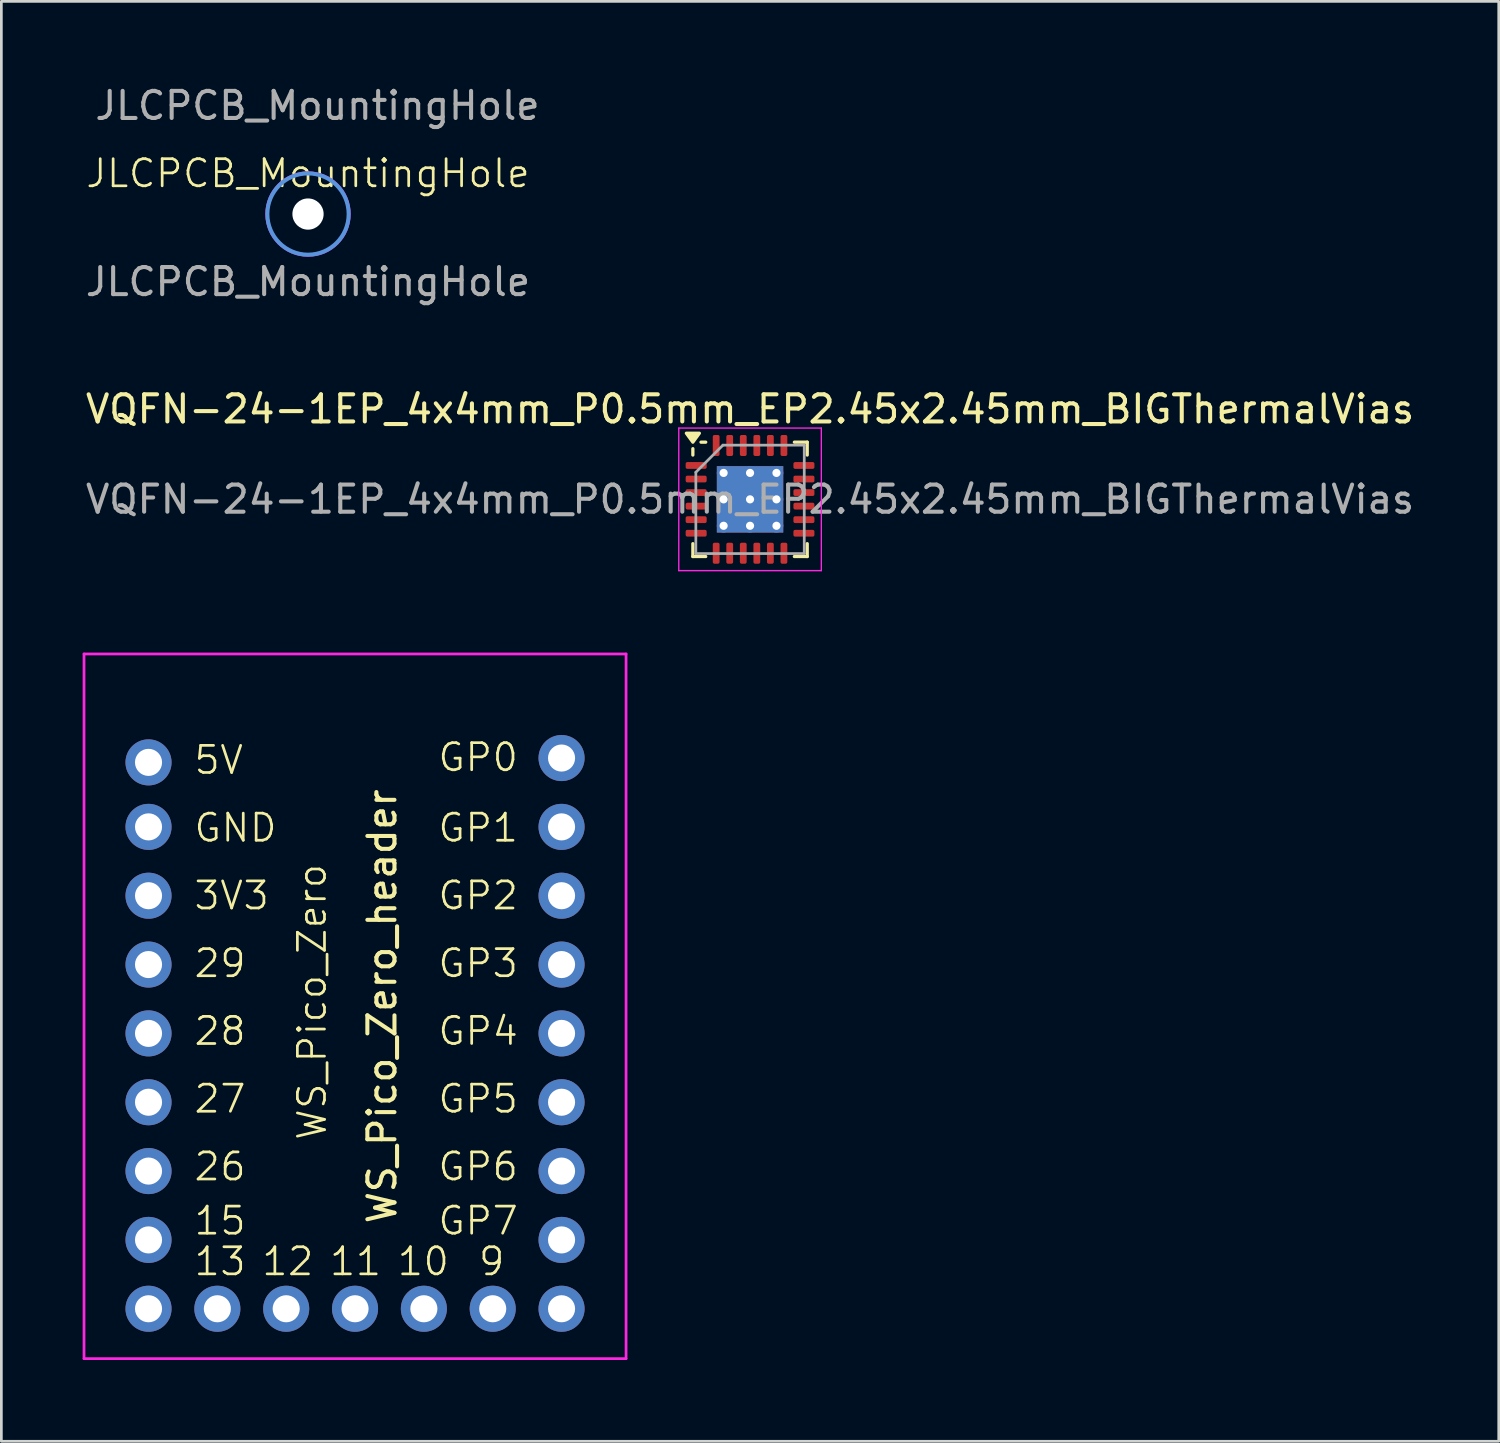
<source format=kicad_pcb>
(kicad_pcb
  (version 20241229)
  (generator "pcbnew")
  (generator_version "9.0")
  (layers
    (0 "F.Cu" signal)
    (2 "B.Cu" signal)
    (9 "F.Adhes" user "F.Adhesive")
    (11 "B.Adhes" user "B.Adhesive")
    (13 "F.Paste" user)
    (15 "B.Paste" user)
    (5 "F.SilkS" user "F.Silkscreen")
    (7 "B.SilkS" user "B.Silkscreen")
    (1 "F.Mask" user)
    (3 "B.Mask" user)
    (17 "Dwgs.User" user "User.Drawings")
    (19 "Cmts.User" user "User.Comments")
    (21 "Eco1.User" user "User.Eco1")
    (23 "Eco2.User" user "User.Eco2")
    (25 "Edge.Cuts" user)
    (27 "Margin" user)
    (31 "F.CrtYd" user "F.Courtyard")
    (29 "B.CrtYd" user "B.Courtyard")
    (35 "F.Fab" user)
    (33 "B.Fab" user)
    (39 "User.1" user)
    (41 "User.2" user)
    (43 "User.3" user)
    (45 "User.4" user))
  (footprint "VQFN-24-1EP_4x4mm_P0.5mm_EP2.45x2.45mm_BIGThermalVias"
    (layer "F.Cu")
    (at 24.625 15.375)
    (property "Reference" "VQFN-24-1EP_4x4mm_P0.5mm_EP2.45x2.45mm_BIGThermalVias" (at 0 -3.33 0) (layer "F.SilkS") (effects (font (size 1 1) (thickness 0.15))))
    (attr smd)
    (fp_line (start -2.11 -1.635) (end -2.11 -1.87) (stroke (width 0.12) (type solid)) (layer "F.SilkS"))
    (fp_line (start -2.11 2.11) (end -2.11 1.635) (stroke (width 0.12) (type solid)) (layer "F.SilkS"))
    (fp_line (start -1.635 -2.11) (end -1.81 -2.11) (stroke (width 0.12) (type solid)) (layer "F.SilkS"))
    (fp_line (start -1.635 2.11) (end -2.11 2.11) (stroke (width 0.12) (type solid)) (layer "F.SilkS"))
    (fp_line (start 1.635 -2.11) (end 2.11 -2.11) (stroke (width 0.12) (type solid)) (layer "F.SilkS"))
    (fp_line (start 1.635 2.11) (end 2.11 2.11) (stroke (width 0.12) (type solid)) (layer "F.SilkS"))
    (fp_line (start 2.11 -2.11) (end 2.11 -1.635) (stroke (width 0.12) (type solid)) (layer "F.SilkS"))
    (fp_line (start 2.11 2.11) (end 2.11 1.635) (stroke (width 0.12) (type solid)) (layer "F.SilkS"))
    (fp_poly (pts (xy -2.11 -2.11) (xy -2.35 -2.44) (xy -1.87 -2.44) (xy -2.11 -2.11)) (stroke (width 0.12) (type solid)) (fill yes) (layer "F.SilkS"))
    (fp_line (start -2.63 -2.63) (end -2.63 2.63) (stroke (width 0.05) (type solid)) (layer "F.CrtYd"))
    (fp_line (start -2.63 2.63) (end 2.63 2.63) (stroke (width 0.05) (type solid)) (layer "F.CrtYd"))
    (fp_line (start 2.63 -2.63) (end -2.63 -2.63) (stroke (width 0.05) (type solid)) (layer "F.CrtYd"))
    (fp_line (start 2.63 2.63) (end 2.63 -2.63) (stroke (width 0.05) (type solid)) (layer "F.CrtYd"))
    (fp_line (start -2 -1) (end -1 -2) (stroke (width 0.1) (type solid)) (layer "F.Fab"))
    (fp_line (start -2 2) (end -2 -1) (stroke (width 0.1) (type solid)) (layer "F.Fab"))
    (fp_line (start -1 -2) (end 2 -2) (stroke (width 0.1) (type solid)) (layer "F.Fab"))
    (fp_line (start 2 -2) (end 2 2) (stroke (width 0.1) (type solid)) (layer "F.Fab"))
    (fp_line (start 2 2) (end -2 2) (stroke (width 0.1) (type solid)) (layer "F.Fab"))
    (fp_text user "${REFERENCE}" (at 0 0 0) (layer "F.Fab") (effects (font (size 1 1) (thickness 0.15))))
    (pad "" smd custom (at -0.56 -0.56) (size 0.756 0.756) (layers "F.Paste") (options (anchor circle)) (primitives (gr_poly (pts (xy -0.301 -0.175) (xy -0.175 -0.301) (xy 0.175 -0.301) (xy 0.301 -0.175) (xy 0.301 0.175) (xy 0.175 0.301) (xy -0.175 0.301) (xy -0.301 0.175)) (width 0.306) (fill yes))))
    (pad "" smd custom (at -0.56 0.56) (size 0.756 0.756) (layers "F.Paste") (options (anchor circle)) (primitives (gr_poly (pts (xy -0.301 -0.175) (xy -0.175 -0.301) (xy 0.175 -0.301) (xy 0.301 -0.175) (xy 0.301 0.175) (xy 0.175 0.301) (xy -0.175 0.301) (xy -0.301 0.175)) (width 0.306) (fill yes))))
    (pad "" smd custom (at 0.56 -0.56) (size 0.756 0.756) (layers "F.Paste") (options (anchor circle)) (primitives (gr_poly (pts (xy -0.301 -0.175) (xy -0.175 -0.301) (xy 0.175 -0.301) (xy 0.301 -0.175) (xy 0.301 0.175) (xy 0.175 0.301) (xy -0.175 0.301) (xy -0.301 0.175)) (width 0.306) (fill yes))))
    (pad "" smd custom (at 0.56 0.56) (size 0.756 0.756) (layers "F.Paste") (options (anchor circle)) (primitives (gr_poly (pts (xy -0.301 -0.175) (xy -0.175 -0.301) (xy 0.175 -0.301) (xy 0.301 -0.175) (xy 0.301 0.175) (xy 0.175 0.301) (xy -0.175 0.301) (xy -0.301 0.175)) (width 0.306) (fill yes))))
    (pad "1" smd roundrect (at -1.988 -1.25) (size 0.775 0.25) (layers "F.Cu" "F.Mask" "F.Paste") (roundrect_rratio 0.25))
    (pad "2" smd roundrect (at -1.988 -0.75) (size 0.775 0.25) (layers "F.Cu" "F.Mask" "F.Paste") (roundrect_rratio 0.25))
    (pad "3" smd roundrect (at -1.988 -0.25) (size 0.775 0.25) (layers "F.Cu" "F.Mask" "F.Paste") (roundrect_rratio 0.25))
    (pad "4" smd roundrect (at -1.988 0.25) (size 0.775 0.25) (layers "F.Cu" "F.Mask" "F.Paste") (roundrect_rratio 0.25))
    (pad "5" smd roundrect (at -1.988 0.75) (size 0.775 0.25) (layers "F.Cu" "F.Mask" "F.Paste") (roundrect_rratio 0.25))
    (pad "6" smd roundrect (at -1.988 1.25) (size 0.775 0.25) (layers "F.Cu" "F.Mask" "F.Paste") (roundrect_rratio 0.25))
    (pad "7" smd roundrect (at -1.25 1.988) (size 0.25 0.775) (layers "F.Cu" "F.Mask" "F.Paste") (roundrect_rratio 0.25))
    (pad "8" smd roundrect (at -0.75 1.988) (size 0.25 0.775) (layers "F.Cu" "F.Mask" "F.Paste") (roundrect_rratio 0.25))
    (pad "9" smd roundrect (at -0.25 1.988) (size 0.25 0.775) (layers "F.Cu" "F.Mask" "F.Paste") (roundrect_rratio 0.25))
    (pad "10" smd roundrect (at 0.25 1.988) (size 0.25 0.775) (layers "F.Cu" "F.Mask" "F.Paste") (roundrect_rratio 0.25))
    (pad "11" smd roundrect (at 0.75 1.988) (size 0.25 0.775) (layers "F.Cu" "F.Mask" "F.Paste") (roundrect_rratio 0.25))
    (pad "12" smd roundrect (at 1.25 1.988) (size 0.25 0.775) (layers "F.Cu" "F.Mask" "F.Paste") (roundrect_rratio 0.25))
    (pad "13" smd roundrect (at 1.988 1.25) (size 0.775 0.25) (layers "F.Cu" "F.Mask" "F.Paste") (roundrect_rratio 0.25))
    (pad "14" smd roundrect (at 1.988 0.75) (size 0.775 0.25) (layers "F.Cu" "F.Mask" "F.Paste") (roundrect_rratio 0.25))
    (pad "15" smd roundrect (at 1.988 0.25) (size 0.775 0.25) (layers "F.Cu" "F.Mask" "F.Paste") (roundrect_rratio 0.25))
    (pad "16" smd roundrect (at 1.988 -0.25) (size 0.775 0.25) (layers "F.Cu" "F.Mask" "F.Paste") (roundrect_rratio 0.25))
    (pad "17" smd roundrect (at 1.988 -0.75) (size 0.775 0.25) (layers "F.Cu" "F.Mask" "F.Paste") (roundrect_rratio 0.25))
    (pad "18" smd roundrect (at 1.988 -1.25) (size 0.775 0.25) (layers "F.Cu" "F.Mask" "F.Paste") (roundrect_rratio 0.25))
    (pad "19" smd roundrect (at 1.25 -1.988) (size 0.25 0.775) (layers "F.Cu" "F.Mask" "F.Paste") (roundrect_rratio 0.25))
    (pad "20" smd roundrect (at 0.75 -1.988) (size 0.25 0.775) (layers "F.Cu" "F.Mask" "F.Paste") (roundrect_rratio 0.25))
    (pad "21" smd roundrect (at 0.25 -1.988) (size 0.25 0.775) (layers "F.Cu" "F.Mask" "F.Paste") (roundrect_rratio 0.25))
    (pad "22" smd roundrect (at -0.25 -1.988) (size 0.25 0.775) (layers "F.Cu" "F.Mask" "F.Paste") (roundrect_rratio 0.25))
    (pad "23" smd roundrect (at -0.75 -1.988) (size 0.25 0.775) (layers "F.Cu" "F.Mask" "F.Paste") (roundrect_rratio 0.25))
    (pad "24" smd roundrect (at -1.25 -1.988) (size 0.25 0.775) (layers "F.Cu" "F.Mask" "F.Paste") (roundrect_rratio 0.25))
    (pad "25" thru_hole circle (at -0.975 -0.975) (size 0.5 0.5) (drill 0.3) (property pad_prop_heatsink) (layers "*.Cu"))
    (pad "25" thru_hole circle (at -0.975 0) (size 0.5 0.5) (drill 0.3) (property pad_prop_heatsink) (layers "*.Cu"))
    (pad "25" thru_hole circle (at -0.975 0.975) (size 0.5 0.5) (drill 0.3) (property pad_prop_heatsink) (layers "*.Cu"))
    (pad "25" thru_hole circle (at 0 -0.975) (size 0.5 0.5) (drill 0.3) (property pad_prop_heatsink) (layers "*.Cu"))
    (pad "25" thru_hole circle (at 0 0) (size 0.5 0.5) (drill 0.3) (property pad_prop_heatsink) (layers "*.Cu"))
    (pad "25" smd rect (at 0 0) (size 2.45 2.45) (property pad_prop_heatsink) (layers "F.Cu" "F.Mask"))
    (pad "25" smd rect (at 0 0) (size 2.45 2.45) (property pad_prop_heatsink) (layers "B.Cu"))
    (pad "25" thru_hole circle (at 0 0.975) (size 0.5 0.5) (drill 0.3) (property pad_prop_heatsink) (layers "*.Cu"))
    (pad "25" thru_hole circle (at 0.975 -0.975) (size 0.5 0.5) (drill 0.3) (property pad_prop_heatsink) (layers "*.Cu"))
    (pad "25" thru_hole circle (at 0.975 0) (size 0.5 0.5) (drill 0.3) (property pad_prop_heatsink) (layers "*.Cu"))
    (pad "25" thru_hole circle (at 0.975 0.975) (size 0.5 0.5) (drill 0.3) (property pad_prop_heatsink) (layers "*.Cu")))
  (footprint "JLCPCB_MountingHole"
    (layer "F.Cu")
    (at 8.315 4.848)
    (property "Reference" "JLCPCB_MountingHole" (at 0 -1.5 0) (unlocked yes) (layer "F.SilkS") (effects (font (size 1 1) (thickness 0.1))))
    (attr through_hole)
    (fp_circle (center 0 0) (end 1.5 0) (stroke (width 0.15) (type solid)) (fill no) (layer "Cmts.User"))
    (fp_circle (center 0 0) (end 1.55 0) (stroke (width 0.05) (type solid)) (fill no) (layer "F.CrtYd"))
    (fp_text user "${REFERENCE}" (at 0.35 -4 0) (layer "F.Fab") (effects (font (size 1 1) (thickness 0.15))))
    (fp_text user "${REFERENCE}" (at 0 2.5 0) (unlocked yes) (layer "F.Fab") (effects (font (size 1 1) (thickness 0.15))))
    (pad "" np_thru_hole circle (at 0 0) (size 1.152 1.152) (drill 1.152) (layers "*.Cu" "*.Mask")))
  (footprint "WS_Pico_Zero_header"
    (layer "F.Cu")
    (at 10.05 35.08)
    (property "Reference" "WS_Pico_Zero_header" (at 1 -1 90) (layer "F.SilkS") (effects (font (size 1 1) (thickness 0.15))))
    (attr smd)
    (fp_line (start -10 -14) (end 10 -14) (stroke (width 0.1) (type default)) (layer "F.CrtYd"))
    (fp_line (start -10 12) (end -10 -14) (stroke (width 0.1) (type default)) (layer "F.CrtYd"))
    (fp_line (start 10 -14) (end 10 12) (stroke (width 0.1) (type default)) (layer "F.CrtYd"))
    (fp_line (start 10 12) (end -10 12) (stroke (width 0.1) (type default)) (layer "F.CrtYd"))
    (fp_text user "GP2" (at 3 -4.5 0) (unlocked yes) (layer "F.SilkS") (effects (font (size 1 1) (thickness 0.1)) (justify left bottom)))
    (fp_text user "GND" (at -6 -7 0) (unlocked yes) (layer "F.SilkS") (effects (font (size 1 1) (thickness 0.1)) (justify left bottom)))
    (fp_text user "GP4" (at 3 0.5 0) (unlocked yes) (layer "F.SilkS") (effects (font (size 1 1) (thickness 0.1)) (justify left bottom)))
    (fp_text user "GP5" (at 3 3 0) (unlocked yes) (layer "F.SilkS") (effects (font (size 1 1) (thickness 0.1)) (justify left bottom)))
    (fp_text user "WS_Pico_Zero" (at -1 4 90) (unlocked yes) (layer "F.SilkS") (effects (font (size 1 1) (thickness 0.1)) (justify left bottom)))
    (fp_text user "GP6" (at 3 5.5 0) (unlocked yes) (layer "F.SilkS") (effects (font (size 1 1) (thickness 0.1)) (justify left bottom)))
    (fp_text user "9" (at 4.5 9 0) (unlocked yes) (layer "F.SilkS") (effects (font (size 1 1) (thickness 0.1)) (justify left bottom)))
    (fp_text user "27" (at -6 3 0) (unlocked yes) (layer "F.SilkS") (effects (font (size 1 1) (thickness 0.1)) (justify left bottom)))
    (fp_text user "11" (at -1 9 0) (unlocked yes) (layer "F.SilkS") (effects (font (size 1 1) (thickness 0.1)) (justify left bottom)))
    (fp_text user "GP7" (at 3 7.5 0) (unlocked yes) (layer "F.SilkS") (effects (font (size 1 1) (thickness 0.1)) (justify left bottom)))
    (fp_text user "13" (at -6 9 0) (unlocked yes) (layer "F.SilkS") (effects (font (size 1 1) (thickness 0.1)) (justify left bottom)))
    (fp_text user "29" (at -6 -2 0) (unlocked yes) (layer "F.SilkS") (effects (font (size 1 1) (thickness 0.1)) (justify left bottom)))
    (fp_text user "GP3" (at 3 -2 0) (unlocked yes) (layer "F.SilkS") (effects (font (size 1 1) (thickness 0.1)) (justify left bottom)))
    (fp_text user "26" (at -6 5.5 0) (unlocked yes) (layer "F.SilkS") (effects (font (size 1 1) (thickness 0.1)) (justify left bottom)))
    (fp_text user "GP0" (at 3 -9.6 0) (unlocked yes) (layer "F.SilkS") (effects (font (size 1 1) (thickness 0.1)) (justify left bottom)))
    (fp_text user "28" (at -6 0.5 0) (unlocked yes) (layer "F.SilkS") (effects (font (size 1 1) (thickness 0.1)) (justify left bottom)))
    (fp_text user "3V3" (at -6 -4.5 0) (unlocked yes) (layer "F.SilkS") (effects (font (size 1 1) (thickness 0.1)) (justify left bottom)))
    (fp_text user "10" (at 1.5 9 0) (unlocked yes) (layer "F.SilkS") (effects (font (size 1 1) (thickness 0.1)) (justify left bottom)))
    (fp_text user "GP1" (at 3 -7 0) (unlocked yes) (layer "F.SilkS") (effects (font (size 1 1) (thickness 0.1)) (justify left bottom)))
    (fp_text user "15" (at -6 7.5 0) (unlocked yes) (layer "F.SilkS") (effects (font (size 1 1) (thickness 0.1)) (justify left bottom)))
    (fp_text user "12" (at -3.5 9 0) (unlocked yes) (layer "F.SilkS") (effects (font (size 1 1) (thickness 0.1)) (justify left bottom)))
    (fp_text user "5V" (at -6 -9.5 0) (unlocked yes) (layer "F.SilkS") (effects (font (size 1 1) (thickness 0.1)) (justify left bottom)))
    (pad "0" thru_hole circle (at 7.62 -10.16) (size 1.7 1.7) (drill 1) (layers "*.Cu" "*.Mask"))
    (pad "1" thru_hole circle (at 7.62 -7.62) (size 1.7 1.7) (drill 1) (layers "*.Cu" "*.Mask"))
    (pad "2" thru_hole circle (at 7.62 -5.08) (size 1.7 1.7) (drill 1) (layers "*.Cu" "*.Mask"))
    (pad "3" thru_hole circle (at 7.62 -2.54) (size 1.7 1.7) (drill 1) (layers "*.Cu" "*.Mask"))
    (pad "4" thru_hole circle (at 7.62 0) (size 1.7 1.7) (drill 1) (layers "*.Cu" "*.Mask"))
    (pad "5" thru_hole circle (at 7.62 2.54) (size 1.7 1.7) (drill 1) (layers "*.Cu" "*.Mask"))
    (pad "6" thru_hole circle (at 7.62 5.08) (size 1.7 1.7) (drill 1) (layers "*.Cu" "*.Mask"))
    (pad "7" thru_hole circle (at 7.62 7.62) (size 1.7 1.7) (drill 1) (layers "*.Cu" "*.Mask"))
    (pad "8" thru_hole circle (at 7.62 10.16) (size 1.7 1.7) (drill 1) (layers "*.Cu" "*.Mask"))
    (pad "9" thru_hole circle (at 5.08 10.16) (size 1.7 1.7) (drill 1) (layers "*.Cu" "*.Mask"))
    (pad "10" thru_hole circle (at 2.54 10.16) (size 1.7 1.7) (drill 1) (layers "*.Cu" "*.Mask"))
    (pad "11" thru_hole circle (at 0 10.16) (size 1.7 1.7) (drill 1) (layers "*.Cu" "*.Mask"))
    (pad "12" thru_hole circle (at -2.54 10.16) (size 1.7 1.7) (drill 1) (layers "*.Cu" "*.Mask"))
    (pad "13" thru_hole circle (at -5.08 10.16) (size 1.7 1.7) (drill 1) (layers "*.Cu" "*.Mask"))
    (pad "14" thru_hole circle (at -7.62 10.16) (size 1.7 1.7) (drill 1) (layers "*.Cu" "*.Mask"))
    (pad "15" thru_hole circle (at -7.62 7.62) (size 1.7 1.7) (drill 1) (layers "*.Cu" "*.Mask"))
    (pad "16" thru_hole circle (at -7.62 5.08) (size 1.7 1.7) (drill 1) (layers "*.Cu" "*.Mask"))
    (pad "17" thru_hole circle (at -7.62 2.54) (size 1.7 1.7) (drill 1) (layers "*.Cu" "*.Mask"))
    (pad "18" thru_hole circle (at -7.62 0) (size 1.7 1.7) (drill 1) (layers "*.Cu" "*.Mask"))
    (pad "19" thru_hole circle (at -7.62 -2.54) (size 1.7 1.7) (drill 1) (layers "*.Cu" "*.Mask"))
    (pad "20" thru_hole circle (at -7.62 -5.08) (size 1.7 1.7) (drill 1) (layers "*.Cu" "*.Mask"))
    (pad "21" thru_hole circle (at -7.62 -7.62) (size 1.7 1.7) (drill 1) (layers "*.Cu" "*.Mask"))
    (pad "22" thru_hole circle (at -7.62 -10) (size 1.7 1.7) (drill 1) (layers "*.Cu" "*.Mask")))
  (gr_rect
    (start -3 -3)
    (end 52.25 50.13)
    (stroke (width 0.1) (type default))
    (fill no)
    (layer "Edge.Cuts")))
</source>
